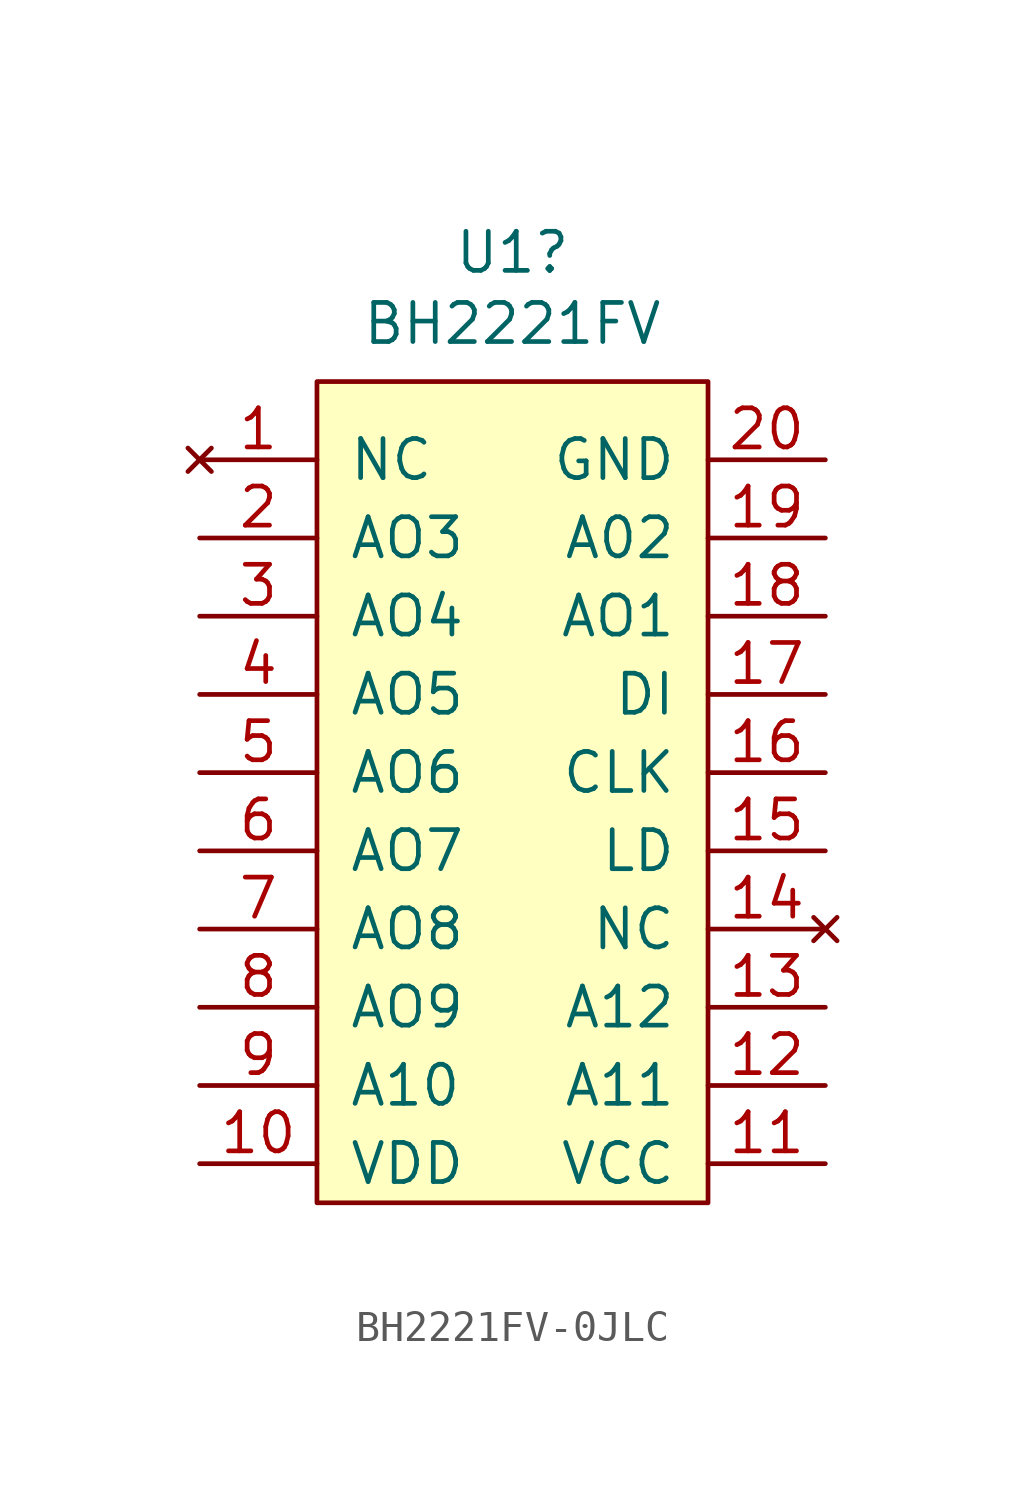
<source format=kicad_sym>
(kicad_symbol_lib
  (version 20211014)
  (generator kicad_symbol_editor)
  (symbol "BH2221FV-0JLC"
    (pin_names
      (offset 1.016))
    (property "Reference" "U1"
      (at 0 2.921 0)
      (effects (font (size 1.27 1.27))))
    (property "Value" "BH2221FV"
      (at 0 0.61 0)
      (effects (font (size 1.27 1.27))))
    (symbol "BH2221FV-0JLC_0_1"
      (rectangle (start 6.35 -1.27) (end -6.35 -27.94) (stroke (width 0) (type default) (color 0 0 0 0)) (fill (type background))))
    (symbol "BH2221FV-0JLC_1_1"
      (pin no_connect line (at -10.16 -3.81 0) (length 3.81) (name "NC" (effects (font (size 1.27 1.27)))) (number "1" (effects (font (size 1.27 1.27)))))
      (pin input line (at -10.16 -26.67 0) (length 3.81) (name "VDD" (effects (font (size 1.27 1.27)))) (number "10" (effects (font (size 1.27 1.27)))))
      (pin power_in line (at 10.16 -26.67 180) (length 3.81) (name "VCC" (effects (font (size 1.27 1.27)))) (number "11" (effects (font (size 1.27 1.27)))))
      (pin output line (at 10.16 -24.13 180) (length 3.81) (name "A11" (effects (font (size 1.27 1.27)))) (number "12" (effects (font (size 1.27 1.27)))))
      (pin output line (at 10.16 -21.59 180) (length 3.81) (name "A12" (effects (font (size 1.27 1.27)))) (number "13" (effects (font (size 1.27 1.27)))))
      (pin no_connect line (at 10.16 -19.05 180) (length 3.81) (name "NC" (effects (font (size 1.27 1.27)))) (number "14" (effects (font (size 1.27 1.27)))))
      (pin output line (at 10.16 -16.51 180) (length 3.81) (name "LD" (effects (font (size 1.27 1.27)))) (number "15" (effects (font (size 1.27 1.27)))))
      (pin input line (at 10.16 -13.97 180) (length 3.81) (name "CLK" (effects (font (size 1.27 1.27)))) (number "16" (effects (font (size 1.27 1.27)))))
      (pin input line (at 10.16 -11.43 180) (length 3.81) (name "DI" (effects (font (size 1.27 1.27)))) (number "17" (effects (font (size 1.27 1.27)))))
      (pin output line (at 10.16 -8.89 180) (length 3.81) (name "AO1" (effects (font (size 1.27 1.27)))) (number "18" (effects (font (size 1.27 1.27)))))
      (pin output line (at 10.16 -6.35 180) (length 3.81) (name "A02" (effects (font (size 1.27 1.27)))) (number "19" (effects (font (size 1.27 1.27)))))
      (pin output line (at -10.16 -6.35 0) (length 3.81) (name "AO3" (effects (font (size 1.27 1.27)))) (number "2" (effects (font (size 1.27 1.27)))))
      (pin power_in line (at 10.16 -3.81 180) (length 3.81) (name "GND" (effects (font (size 1.27 1.27)))) (number "20" (effects (font (size 1.27 1.27)))))
      (pin output line (at -10.16 -8.89 0) (length 3.81) (name "AO4" (effects (font (size 1.27 1.27)))) (number "3" (effects (font (size 1.27 1.27)))))
      (pin output line (at -10.16 -11.43 0) (length 3.81) (name "AO5" (effects (font (size 1.27 1.27)))) (number "4" (effects (font (size 1.27 1.27)))))
      (pin output line (at -10.16 -13.97 0) (length 3.81) (name "AO6" (effects (font (size 1.27 1.27)))) (number "5" (effects (font (size 1.27 1.27)))))
      (pin output line (at -10.16 -16.51 0) (length 3.81) (name "AO7" (effects (font (size 1.27 1.27)))) (number "6" (effects (font (size 1.27 1.27)))))
      (pin output line (at -10.16 -19.05 0) (length 3.81) (name "AO8" (effects (font (size 1.27 1.27)))) (number "7" (effects (font (size 1.27 1.27)))))
      (pin output line (at -10.16 -21.59 0) (length 3.81) (name "AO9" (effects (font (size 1.27 1.27)))) (number "8" (effects (font (size 1.27 1.27)))))
      (pin output line (at -10.16 -24.13 0) (length 3.81) (name "A10" (effects (font (size 1.27 1.27)))) (number "9" (effects (font (size 1.27 1.27))))))))
</source>
